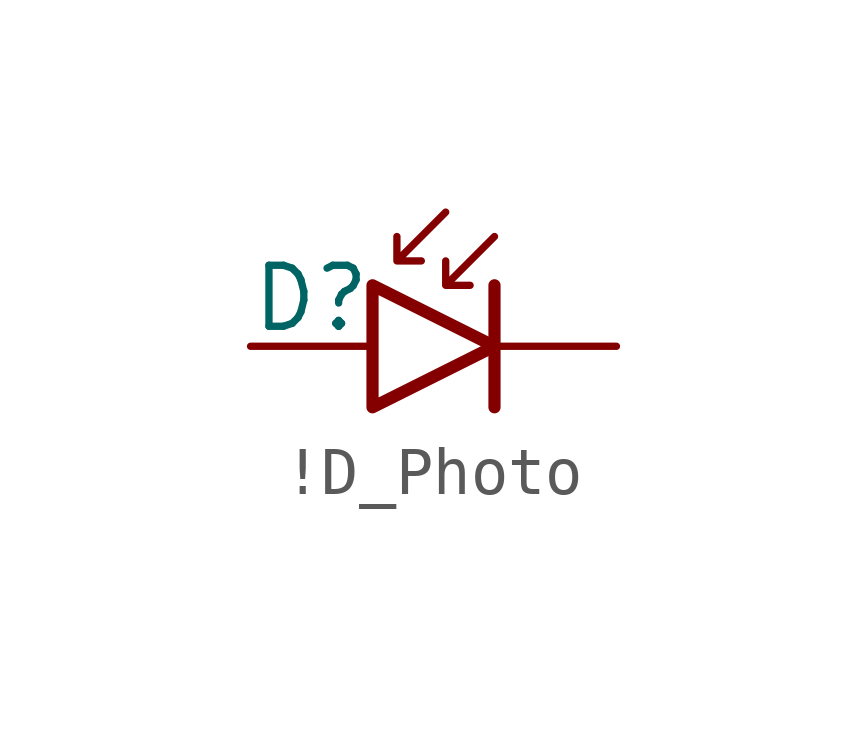
<source format=kicad_sym>
(kicad_symbol_lib
  (version 20241209)
  (generator "kicad_symbol_editor")
  (generator_version "9.0")
  (symbol "!D_Photo"
    (pin_numbers
      (hide yes))
    (pin_names
      (hide yes))
    (property "Reference" "D"
      (at 2.54 0.254 0)
      (effects (font (size 1.27 1.27)) (justify right bottom)))
    (symbol "!D_Photo_0_1"
      (polyline (pts (xy 2.54 -1.27) (xy 2.54 1.27) (xy 5.08 0) (xy 2.54 -1.27)) (stroke (width 0.254) (type default)) (fill (type none)))
      (polyline (pts (xy 4.064 2.794) (xy 3.048 1.778) (xy 3.048 2.286) (xy 3.048 1.778) (xy 3.556 1.778)) (stroke (width 0) (type default)) (fill (type none)))
      (polyline (pts (xy 5.08 2.286) (xy 4.064 1.27) (xy 4.064 1.778) (xy 4.064 1.27) (xy 4.572 1.27)) (stroke (width 0) (type default)) (fill (type none)))
      (polyline (pts (xy 5.08 1.27) (xy 5.08 -1.27)) (stroke (width 0.254) (type default)) (fill (type none))))
    (symbol "!D_Photo_1_1"
      (pin passive line (at 0 0 0) (length 2.54) (name "A" (effects (font (size 1.27 1.27)))) (number "A" (effects (font (size 1.27 1.27)))))
      (pin passive line (at 7.62 0 180) (length 2.54) (name "K" (effects (font (size 1.27 1.27)))) (number "K" (effects (font (size 1.27 1.27))))))))
</source>
